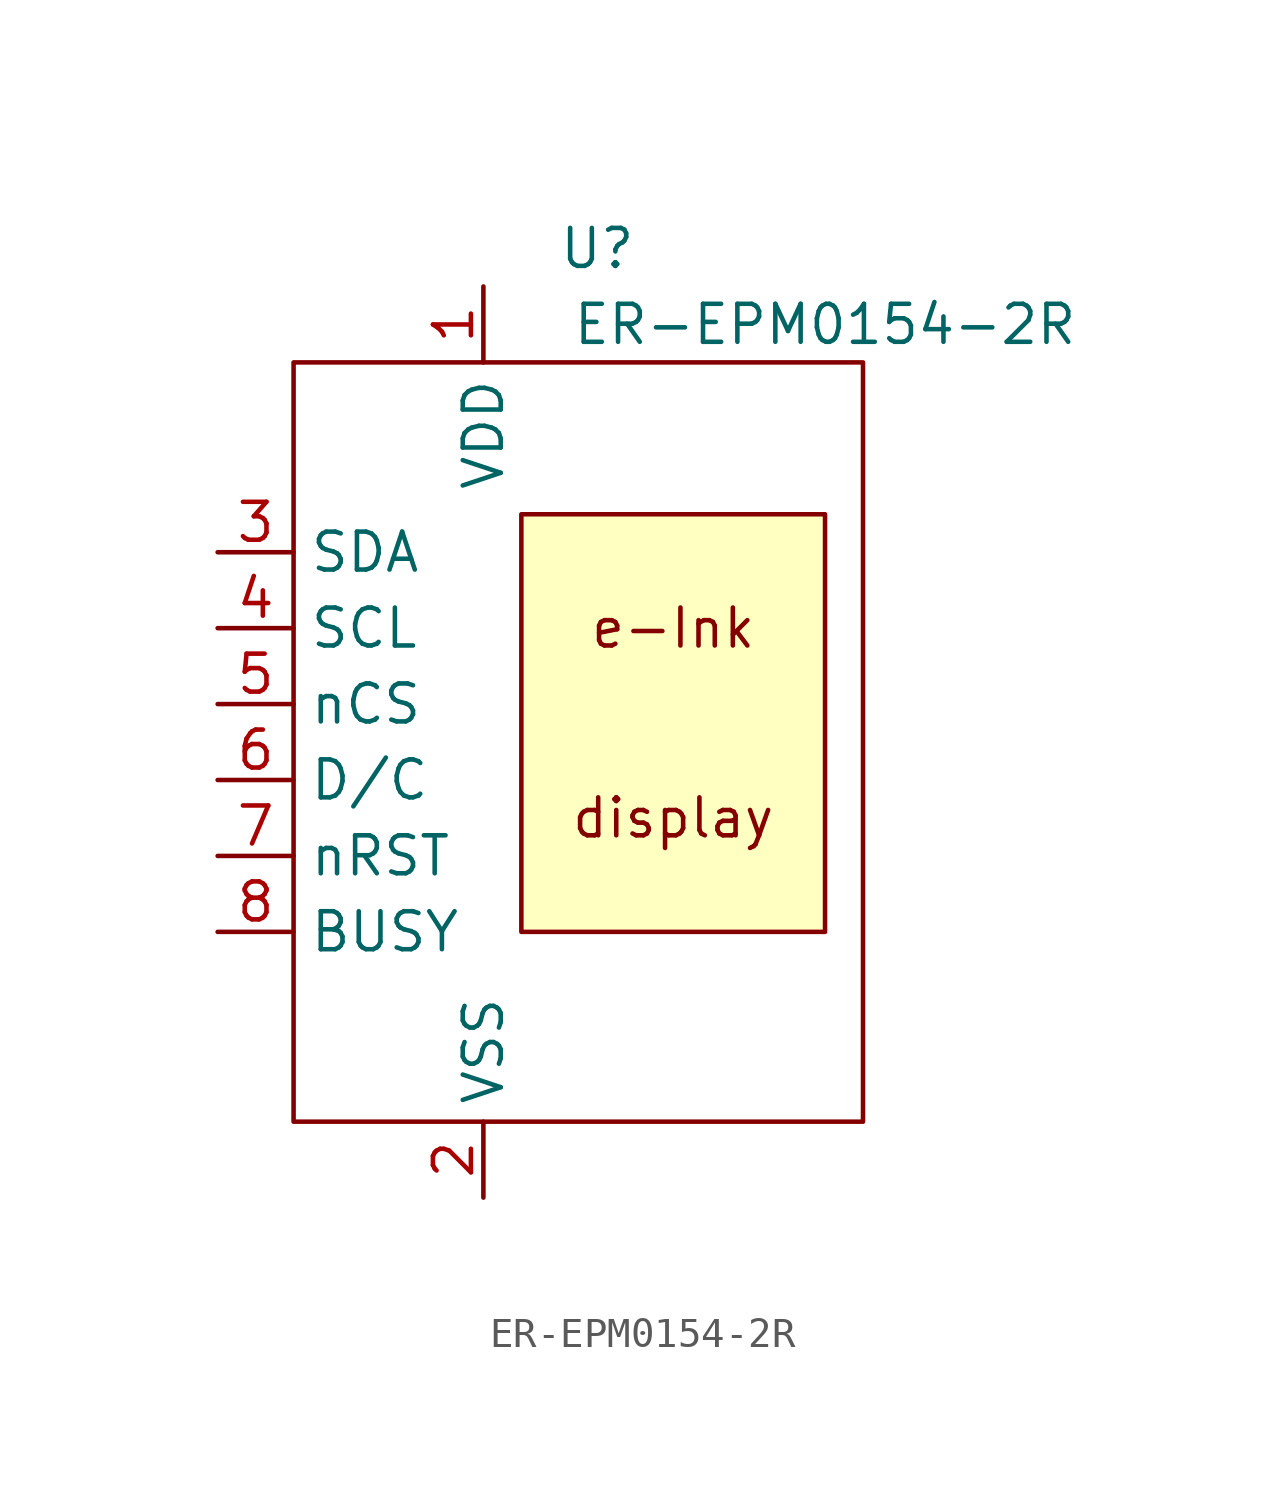
<source format=kicad_sym>
(kicad_symbol_lib
  (version 20211014)
  (generator kicad_symbol_editor)
  (symbol "ER-EPM0154-2R"
    (property "Reference" "U"
      (at 12.7 7.62 0)
      (effects (font (size 1.27 1.27))))
    (property "Value" "ER-EPM0154-2R"
      (at 20.32 5.08 0)
      (effects (font (size 1.27 1.27))))
    (symbol "ER-EPM0154-2R_0_0"
      (text "display" (at 15.24 -11.43 0) (effects (font (size 1.27 1.27))))
      (text "e-Ink" (at 15.24 -5.08 0) (effects (font (size 1.27 1.27)))))
    (symbol "ER-EPM0154-2R_0_1"
      (rectangle (start 2.54 3.81) (end 21.59 -21.59) (stroke (width 0) (type default) (color 0 0 0 0)) (fill (type none)))
      (rectangle (start 10.16 -1.27) (end 20.32 -15.24) (stroke (width 0) (type default) (color 0 0 0 0)) (fill (type background))))
    (symbol "ER-EPM0154-2R_1_1"
      (pin input line (at 8.89 6.35 270) (length 2.54) (name "VDD" (effects (font (size 1.27 1.27)))) (number "1" (effects (font (size 1.27 1.27)))))
      (pin input line (at 8.89 -24.13 90) (length 2.54) (name "VSS" (effects (font (size 1.27 1.27)))) (number "2" (effects (font (size 1.27 1.27)))))
      (pin input line (at 0 -2.54 0) (length 2.54) (name "SDA" (effects (font (size 1.27 1.27)))) (number "3" (effects (font (size 1.27 1.27)))))
      (pin input line (at 0 -5.08 0) (length 2.54) (name "SCL" (effects (font (size 1.27 1.27)))) (number "4" (effects (font (size 1.27 1.27)))))
      (pin input line (at 0 -7.62 0) (length 2.54) (name "nCS" (effects (font (size 1.27 1.27)))) (number "5" (effects (font (size 1.27 1.27)))))
      (pin input line (at 0 -10.16 0) (length 2.54) (name "D/C" (effects (font (size 1.27 1.27)))) (number "6" (effects (font (size 1.27 1.27)))))
      (pin input line (at 0 -12.7 0) (length 2.54) (name "nRST" (effects (font (size 1.27 1.27)))) (number "7" (effects (font (size 1.27 1.27)))))
      (pin input line (at 0 -15.24 0) (length 2.54) (name "BUSY" (effects (font (size 1.27 1.27)))) (number "8" (effects (font (size 1.27 1.27))))))))
</source>
